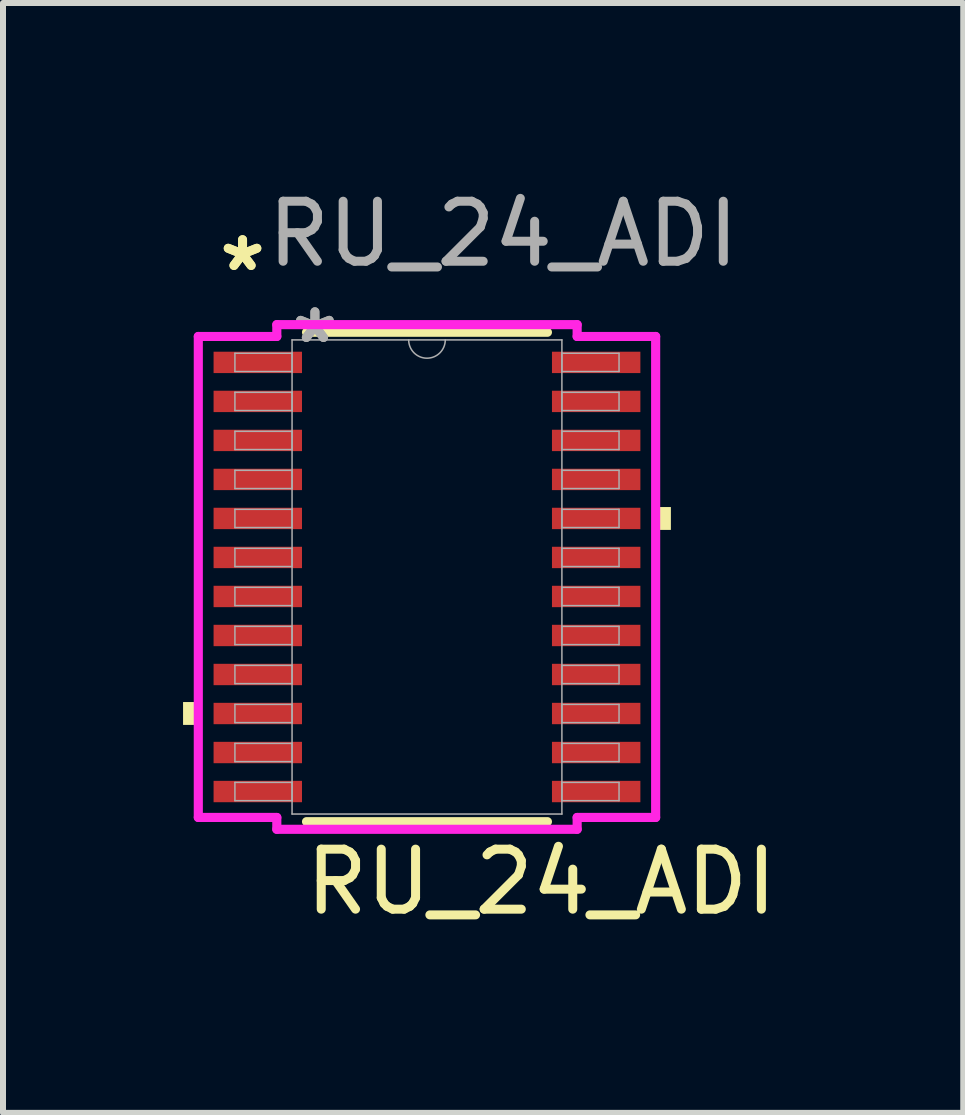
<source format=kicad_pcb>
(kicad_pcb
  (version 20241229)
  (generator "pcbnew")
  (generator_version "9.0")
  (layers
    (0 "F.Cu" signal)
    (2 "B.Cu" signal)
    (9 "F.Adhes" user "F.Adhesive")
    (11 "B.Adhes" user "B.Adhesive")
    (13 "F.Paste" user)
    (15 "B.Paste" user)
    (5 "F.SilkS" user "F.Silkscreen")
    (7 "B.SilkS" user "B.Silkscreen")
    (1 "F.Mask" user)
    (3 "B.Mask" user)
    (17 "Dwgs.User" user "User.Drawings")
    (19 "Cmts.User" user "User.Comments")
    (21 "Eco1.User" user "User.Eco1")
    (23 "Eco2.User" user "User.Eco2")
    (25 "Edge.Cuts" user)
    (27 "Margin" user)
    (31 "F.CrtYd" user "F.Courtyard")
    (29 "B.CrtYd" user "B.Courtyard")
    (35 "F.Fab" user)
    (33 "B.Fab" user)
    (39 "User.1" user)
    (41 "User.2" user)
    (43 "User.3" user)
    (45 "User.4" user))
  (footprint "RU_24_ADI"
    (layer "F.Cu")
    (at 4.064 6.563)
    (property "Reference" "RU_24_ADI" (at 1.905 5.08 0) (unlocked yes) (layer "F.SilkS") (effects (font (size 1 1) (thickness 0.15))))
    (attr smd)
    (fp_line (start -2.007 4.077) (end 2.007 4.077) (stroke (width 0.152) (type solid)) (layer "F.SilkS"))
    (fp_line (start 2.007 -4.077) (end -2.007 -4.077) (stroke (width 0.152) (type solid)) (layer "F.SilkS"))
    (fp_poly (pts (xy -4.064 2.084) (xy -4.064 2.465) (xy -3.81 2.465) (xy -3.81 2.084)) (stroke (width 0) (type solid)) (fill yes) (layer "F.SilkS"))
    (fp_poly (pts (xy 4.064 -1.165) (xy 4.064 -0.784) (xy 3.81 -0.784) (xy 3.81 -1.165)) (stroke (width 0) (type solid)) (fill yes) (layer "F.SilkS"))
    (fp_line (start -3.81 -4.007) (end -2.502 -4.007) (stroke (width 0.152) (type solid)) (layer "F.CrtYd"))
    (fp_line (start -3.81 4.007) (end -3.81 -4.007) (stroke (width 0.152) (type solid)) (layer "F.CrtYd"))
    (fp_line (start -3.81 4.007) (end -2.502 4.007) (stroke (width 0.152) (type solid)) (layer "F.CrtYd"))
    (fp_line (start -2.502 -4.204) (end 2.502 -4.204) (stroke (width 0.152) (type solid)) (layer "F.CrtYd"))
    (fp_line (start -2.502 -4.007) (end -2.502 -4.204) (stroke (width 0.152) (type solid)) (layer "F.CrtYd"))
    (fp_line (start -2.502 4.204) (end -2.502 4.007) (stroke (width 0.152) (type solid)) (layer "F.CrtYd"))
    (fp_line (start 2.502 -4.204) (end 2.502 -4.007) (stroke (width 0.152) (type solid)) (layer "F.CrtYd"))
    (fp_line (start 2.502 4.007) (end 2.502 4.204) (stroke (width 0.152) (type solid)) (layer "F.CrtYd"))
    (fp_line (start 2.502 4.204) (end -2.502 4.204) (stroke (width 0.152) (type solid)) (layer "F.CrtYd"))
    (fp_line (start 3.81 -4.007) (end 2.502 -4.007) (stroke (width 0.152) (type solid)) (layer "F.CrtYd"))
    (fp_line (start 3.81 -4.007) (end 3.81 4.007) (stroke (width 0.152) (type solid)) (layer "F.CrtYd"))
    (fp_line (start 3.81 4.007) (end 2.502 4.007) (stroke (width 0.152) (type solid)) (layer "F.CrtYd"))
    (fp_line (start -3.2 -3.727) (end -3.2 -3.423) (stroke (width 0.025) (type solid)) (layer "F.Fab"))
    (fp_line (start -3.2 -3.423) (end -2.248 -3.423) (stroke (width 0.025) (type solid)) (layer "F.Fab"))
    (fp_line (start -3.2 -3.077) (end -3.2 -2.773) (stroke (width 0.025) (type solid)) (layer "F.Fab"))
    (fp_line (start -3.2 -2.773) (end -2.248 -2.773) (stroke (width 0.025) (type solid)) (layer "F.Fab"))
    (fp_line (start -3.2 -2.427) (end -3.2 -2.123) (stroke (width 0.025) (type solid)) (layer "F.Fab"))
    (fp_line (start -3.2 -2.123) (end -2.248 -2.123) (stroke (width 0.025) (type solid)) (layer "F.Fab"))
    (fp_line (start -3.2 -1.777) (end -3.2 -1.473) (stroke (width 0.025) (type solid)) (layer "F.Fab"))
    (fp_line (start -3.2 -1.473) (end -2.248 -1.473) (stroke (width 0.025) (type solid)) (layer "F.Fab"))
    (fp_line (start -3.2 -1.127) (end -3.2 -0.823) (stroke (width 0.025) (type solid)) (layer "F.Fab"))
    (fp_line (start -3.2 -0.823) (end -2.248 -0.823) (stroke (width 0.025) (type solid)) (layer "F.Fab"))
    (fp_line (start -3.2 -0.477) (end -3.2 -0.173) (stroke (width 0.025) (type solid)) (layer "F.Fab"))
    (fp_line (start -3.2 -0.173) (end -2.248 -0.173) (stroke (width 0.025) (type solid)) (layer "F.Fab"))
    (fp_line (start -3.2 0.173) (end -3.2 0.477) (stroke (width 0.025) (type solid)) (layer "F.Fab"))
    (fp_line (start -3.2 0.477) (end -2.248 0.477) (stroke (width 0.025) (type solid)) (layer "F.Fab"))
    (fp_line (start -3.2 0.823) (end -3.2 1.127) (stroke (width 0.025) (type solid)) (layer "F.Fab"))
    (fp_line (start -3.2 1.127) (end -2.248 1.127) (stroke (width 0.025) (type solid)) (layer "F.Fab"))
    (fp_line (start -3.2 1.473) (end -3.2 1.777) (stroke (width 0.025) (type solid)) (layer "F.Fab"))
    (fp_line (start -3.2 1.777) (end -2.248 1.777) (stroke (width 0.025) (type solid)) (layer "F.Fab"))
    (fp_line (start -3.2 2.123) (end -3.2 2.427) (stroke (width 0.025) (type solid)) (layer "F.Fab"))
    (fp_line (start -3.2 2.427) (end -2.248 2.427) (stroke (width 0.025) (type solid)) (layer "F.Fab"))
    (fp_line (start -3.2 2.773) (end -3.2 3.077) (stroke (width 0.025) (type solid)) (layer "F.Fab"))
    (fp_line (start -3.2 3.077) (end -2.248 3.077) (stroke (width 0.025) (type solid)) (layer "F.Fab"))
    (fp_line (start -3.2 3.423) (end -3.2 3.727) (stroke (width 0.025) (type solid)) (layer "F.Fab"))
    (fp_line (start -3.2 3.727) (end -2.248 3.727) (stroke (width 0.025) (type solid)) (layer "F.Fab"))
    (fp_line (start -2.248 -3.95) (end -2.248 3.95) (stroke (width 0.025) (type solid)) (layer "F.Fab"))
    (fp_line (start -2.248 -3.727) (end -3.2 -3.727) (stroke (width 0.025) (type solid)) (layer "F.Fab"))
    (fp_line (start -2.248 -3.423) (end -2.248 -3.727) (stroke (width 0.025) (type solid)) (layer "F.Fab"))
    (fp_line (start -2.248 -3.077) (end -3.2 -3.077) (stroke (width 0.025) (type solid)) (layer "F.Fab"))
    (fp_line (start -2.248 -2.773) (end -2.248 -3.077) (stroke (width 0.025) (type solid)) (layer "F.Fab"))
    (fp_line (start -2.248 -2.427) (end -3.2 -2.427) (stroke (width 0.025) (type solid)) (layer "F.Fab"))
    (fp_line (start -2.248 -2.123) (end -2.248 -2.427) (stroke (width 0.025) (type solid)) (layer "F.Fab"))
    (fp_line (start -2.248 -1.777) (end -3.2 -1.777) (stroke (width 0.025) (type solid)) (layer "F.Fab"))
    (fp_line (start -2.248 -1.473) (end -2.248 -1.777) (stroke (width 0.025) (type solid)) (layer "F.Fab"))
    (fp_line (start -2.248 -1.127) (end -3.2 -1.127) (stroke (width 0.025) (type solid)) (layer "F.Fab"))
    (fp_line (start -2.248 -0.823) (end -2.248 -1.127) (stroke (width 0.025) (type solid)) (layer "F.Fab"))
    (fp_line (start -2.248 -0.477) (end -3.2 -0.477) (stroke (width 0.025) (type solid)) (layer "F.Fab"))
    (fp_line (start -2.248 -0.173) (end -2.248 -0.477) (stroke (width 0.025) (type solid)) (layer "F.Fab"))
    (fp_line (start -2.248 0.173) (end -3.2 0.173) (stroke (width 0.025) (type solid)) (layer "F.Fab"))
    (fp_line (start -2.248 0.477) (end -2.248 0.173) (stroke (width 0.025) (type solid)) (layer "F.Fab"))
    (fp_line (start -2.248 0.823) (end -3.2 0.823) (stroke (width 0.025) (type solid)) (layer "F.Fab"))
    (fp_line (start -2.248 1.127) (end -2.248 0.823) (stroke (width 0.025) (type solid)) (layer "F.Fab"))
    (fp_line (start -2.248 1.473) (end -3.2 1.473) (stroke (width 0.025) (type solid)) (layer "F.Fab"))
    (fp_line (start -2.248 1.777) (end -2.248 1.473) (stroke (width 0.025) (type solid)) (layer "F.Fab"))
    (fp_line (start -2.248 2.123) (end -3.2 2.123) (stroke (width 0.025) (type solid)) (layer "F.Fab"))
    (fp_line (start -2.248 2.427) (end -2.248 2.123) (stroke (width 0.025) (type solid)) (layer "F.Fab"))
    (fp_line (start -2.248 2.773) (end -3.2 2.773) (stroke (width 0.025) (type solid)) (layer "F.Fab"))
    (fp_line (start -2.248 3.077) (end -2.248 2.773) (stroke (width 0.025) (type solid)) (layer "F.Fab"))
    (fp_line (start -2.248 3.423) (end -3.2 3.423) (stroke (width 0.025) (type solid)) (layer "F.Fab"))
    (fp_line (start -2.248 3.727) (end -2.248 3.423) (stroke (width 0.025) (type solid)) (layer "F.Fab"))
    (fp_line (start -2.248 3.95) (end 2.248 3.95) (stroke (width 0.025) (type solid)) (layer "F.Fab"))
    (fp_line (start 2.248 -3.95) (end -2.248 -3.95) (stroke (width 0.025) (type solid)) (layer "F.Fab"))
    (fp_line (start 2.248 -3.727) (end 2.248 -3.423) (stroke (width 0.025) (type solid)) (layer "F.Fab"))
    (fp_line (start 2.248 -3.423) (end 3.2 -3.423) (stroke (width 0.025) (type solid)) (layer "F.Fab"))
    (fp_line (start 2.248 -3.077) (end 2.248 -2.773) (stroke (width 0.025) (type solid)) (layer "F.Fab"))
    (fp_line (start 2.248 -2.773) (end 3.2 -2.773) (stroke (width 0.025) (type solid)) (layer "F.Fab"))
    (fp_line (start 2.248 -2.427) (end 2.248 -2.123) (stroke (width 0.025) (type solid)) (layer "F.Fab"))
    (fp_line (start 2.248 -2.123) (end 3.2 -2.123) (stroke (width 0.025) (type solid)) (layer "F.Fab"))
    (fp_line (start 2.248 -1.777) (end 2.248 -1.473) (stroke (width 0.025) (type solid)) (layer "F.Fab"))
    (fp_line (start 2.248 -1.473) (end 3.2 -1.473) (stroke (width 0.025) (type solid)) (layer "F.Fab"))
    (fp_line (start 2.248 -1.127) (end 2.248 -0.823) (stroke (width 0.025) (type solid)) (layer "F.Fab"))
    (fp_line (start 2.248 -0.823) (end 3.2 -0.823) (stroke (width 0.025) (type solid)) (layer "F.Fab"))
    (fp_line (start 2.248 -0.477) (end 2.248 -0.173) (stroke (width 0.025) (type solid)) (layer "F.Fab"))
    (fp_line (start 2.248 -0.173) (end 3.2 -0.173) (stroke (width 0.025) (type solid)) (layer "F.Fab"))
    (fp_line (start 2.248 0.173) (end 2.248 0.477) (stroke (width 0.025) (type solid)) (layer "F.Fab"))
    (fp_line (start 2.248 0.477) (end 3.2 0.477) (stroke (width 0.025) (type solid)) (layer "F.Fab"))
    (fp_line (start 2.248 0.823) (end 2.248 1.127) (stroke (width 0.025) (type solid)) (layer "F.Fab"))
    (fp_line (start 2.248 1.127) (end 3.2 1.127) (stroke (width 0.025) (type solid)) (layer "F.Fab"))
    (fp_line (start 2.248 1.473) (end 2.248 1.777) (stroke (width 0.025) (type solid)) (layer "F.Fab"))
    (fp_line (start 2.248 1.777) (end 3.2 1.777) (stroke (width 0.025) (type solid)) (layer "F.Fab"))
    (fp_line (start 2.248 2.123) (end 2.248 2.427) (stroke (width 0.025) (type solid)) (layer "F.Fab"))
    (fp_line (start 2.248 2.427) (end 3.2 2.427) (stroke (width 0.025) (type solid)) (layer "F.Fab"))
    (fp_line (start 2.248 2.773) (end 2.248 3.077) (stroke (width 0.025) (type solid)) (layer "F.Fab"))
    (fp_line (start 2.248 3.077) (end 3.2 3.077) (stroke (width 0.025) (type solid)) (layer "F.Fab"))
    (fp_line (start 2.248 3.423) (end 2.248 3.727) (stroke (width 0.025) (type solid)) (layer "F.Fab"))
    (fp_line (start 2.248 3.727) (end 3.2 3.727) (stroke (width 0.025) (type solid)) (layer "F.Fab"))
    (fp_line (start 2.248 3.95) (end 2.248 -3.95) (stroke (width 0.025) (type solid)) (layer "F.Fab"))
    (fp_line (start 3.2 -3.727) (end 2.248 -3.727) (stroke (width 0.025) (type solid)) (layer "F.Fab"))
    (fp_line (start 3.2 -3.423) (end 3.2 -3.727) (stroke (width 0.025) (type solid)) (layer "F.Fab"))
    (fp_line (start 3.2 -3.077) (end 2.248 -3.077) (stroke (width 0.025) (type solid)) (layer "F.Fab"))
    (fp_line (start 3.2 -2.773) (end 3.2 -3.077) (stroke (width 0.025) (type solid)) (layer "F.Fab"))
    (fp_line (start 3.2 -2.427) (end 2.248 -2.427) (stroke (width 0.025) (type solid)) (layer "F.Fab"))
    (fp_line (start 3.2 -2.123) (end 3.2 -2.427) (stroke (width 0.025) (type solid)) (layer "F.Fab"))
    (fp_line (start 3.2 -1.777) (end 2.248 -1.777) (stroke (width 0.025) (type solid)) (layer "F.Fab"))
    (fp_line (start 3.2 -1.473) (end 3.2 -1.777) (stroke (width 0.025) (type solid)) (layer "F.Fab"))
    (fp_line (start 3.2 -1.127) (end 2.248 -1.127) (stroke (width 0.025) (type solid)) (layer "F.Fab"))
    (fp_line (start 3.2 -0.823) (end 3.2 -1.127) (stroke (width 0.025) (type solid)) (layer "F.Fab"))
    (fp_line (start 3.2 -0.477) (end 2.248 -0.477) (stroke (width 0.025) (type solid)) (layer "F.Fab"))
    (fp_line (start 3.2 -0.173) (end 3.2 -0.477) (stroke (width 0.025) (type solid)) (layer "F.Fab"))
    (fp_line (start 3.2 0.173) (end 2.248 0.173) (stroke (width 0.025) (type solid)) (layer "F.Fab"))
    (fp_line (start 3.2 0.477) (end 3.2 0.173) (stroke (width 0.025) (type solid)) (layer "F.Fab"))
    (fp_line (start 3.2 0.823) (end 2.248 0.823) (stroke (width 0.025) (type solid)) (layer "F.Fab"))
    (fp_line (start 3.2 1.127) (end 3.2 0.823) (stroke (width 0.025) (type solid)) (layer "F.Fab"))
    (fp_line (start 3.2 1.473) (end 2.248 1.473) (stroke (width 0.025) (type solid)) (layer "F.Fab"))
    (fp_line (start 3.2 1.777) (end 3.2 1.473) (stroke (width 0.025) (type solid)) (layer "F.Fab"))
    (fp_line (start 3.2 2.123) (end 2.248 2.123) (stroke (width 0.025) (type solid)) (layer "F.Fab"))
    (fp_line (start 3.2 2.427) (end 3.2 2.123) (stroke (width 0.025) (type solid)) (layer "F.Fab"))
    (fp_line (start 3.2 2.773) (end 2.248 2.773) (stroke (width 0.025) (type solid)) (layer "F.Fab"))
    (fp_line (start 3.2 3.077) (end 3.2 2.773) (stroke (width 0.025) (type solid)) (layer "F.Fab"))
    (fp_line (start 3.2 3.423) (end 2.248 3.423) (stroke (width 0.025) (type solid)) (layer "F.Fab"))
    (fp_line (start 3.2 3.727) (end 3.2 3.423) (stroke (width 0.025) (type solid)) (layer "F.Fab"))
    (fp_arc (start 0.3048 -3.9497) (mid 0 -3.6449) (end -0.3048 -3.9497) (stroke (width 0.0254) (type solid)) (layer "F.Fab"))
    (fp_text user "*" (at -3.073 -5.074 0) (unlocked yes) (layer "F.SilkS") (effects (font (size 1 1) (thickness 0.15))))
    (fp_text user "*" (at -3.073 -5.074 0) (layer "F.SilkS") (effects (font (size 1 1) (thickness 0.15))))
    (fp_text user "*" (at -1.867 -3.873 0) (unlocked yes) (layer "F.Fab") (effects (font (size 1 1) (thickness 0.15))))
    (fp_text user "${REFERENCE}" (at 1.27 -5.715 0) (unlocked yes) (layer "F.Fab") (effects (font (size 1 1) (thickness 0.15))))
    (fp_text user "*" (at -1.867 -3.873 0) (layer "F.Fab") (effects (font (size 1 1) (thickness 0.15))))
    (pad "1" smd rect (at -2.819 -3.575) (size 1.473 0.356) (layers "F.Cu" "F.Mask" "F.Paste"))
    (pad "2" smd rect (at -2.819 -2.925) (size 1.473 0.356) (layers "F.Cu" "F.Mask" "F.Paste"))
    (pad "3" smd rect (at -2.819 -2.275) (size 1.473 0.356) (layers "F.Cu" "F.Mask" "F.Paste"))
    (pad "4" smd rect (at -2.819 -1.625) (size 1.473 0.356) (layers "F.Cu" "F.Mask" "F.Paste"))
    (pad "5" smd rect (at -2.819 -0.975) (size 1.473 0.356) (layers "F.Cu" "F.Mask" "F.Paste"))
    (pad "6" smd rect (at -2.819 -0.325) (size 1.473 0.356) (layers "F.Cu" "F.Mask" "F.Paste"))
    (pad "7" smd rect (at -2.819 0.325) (size 1.473 0.356) (layers "F.Cu" "F.Mask" "F.Paste"))
    (pad "8" smd rect (at -2.819 0.975) (size 1.473 0.356) (layers "F.Cu" "F.Mask" "F.Paste"))
    (pad "9" smd rect (at -2.819 1.625) (size 1.473 0.356) (layers "F.Cu" "F.Mask" "F.Paste"))
    (pad "10" smd rect (at -2.819 2.275) (size 1.473 0.356) (layers "F.Cu" "F.Mask" "F.Paste"))
    (pad "11" smd rect (at -2.819 2.925) (size 1.473 0.356) (layers "F.Cu" "F.Mask" "F.Paste"))
    (pad "12" smd rect (at -2.819 3.575) (size 1.473 0.356) (layers "F.Cu" "F.Mask" "F.Paste"))
    (pad "13" smd rect (at 2.819 3.575) (size 1.473 0.356) (layers "F.Cu" "F.Mask" "F.Paste"))
    (pad "14" smd rect (at 2.819 2.925) (size 1.473 0.356) (layers "F.Cu" "F.Mask" "F.Paste"))
    (pad "15" smd rect (at 2.819 2.275) (size 1.473 0.356) (layers "F.Cu" "F.Mask" "F.Paste"))
    (pad "16" smd rect (at 2.819 1.625) (size 1.473 0.356) (layers "F.Cu" "F.Mask" "F.Paste"))
    (pad "17" smd rect (at 2.819 0.975) (size 1.473 0.356) (layers "F.Cu" "F.Mask" "F.Paste"))
    (pad "18" smd rect (at 2.819 0.325) (size 1.473 0.356) (layers "F.Cu" "F.Mask" "F.Paste"))
    (pad "19" smd rect (at 2.819 -0.325) (size 1.473 0.356) (layers "F.Cu" "F.Mask" "F.Paste"))
    (pad "20" smd rect (at 2.819 -0.975) (size 1.473 0.356) (layers "F.Cu" "F.Mask" "F.Paste"))
    (pad "21" smd rect (at 2.819 -1.625) (size 1.473 0.356) (layers "F.Cu" "F.Mask" "F.Paste"))
    (pad "22" smd rect (at 2.819 -2.275) (size 1.473 0.356) (layers "F.Cu" "F.Mask" "F.Paste"))
    (pad "23" smd rect (at 2.819 -2.925) (size 1.473 0.356) (layers "F.Cu" "F.Mask" "F.Paste"))
    (pad "24" smd rect (at 2.819 -3.575) (size 1.473 0.356) (layers "F.Cu" "F.Mask" "F.Paste")))
  (gr_rect
    (start -3 -3)
    (end 12.999 15.492)
    (stroke (width 0.1) (type default))
    (fill no)
    (layer "Edge.Cuts")))
</source>
